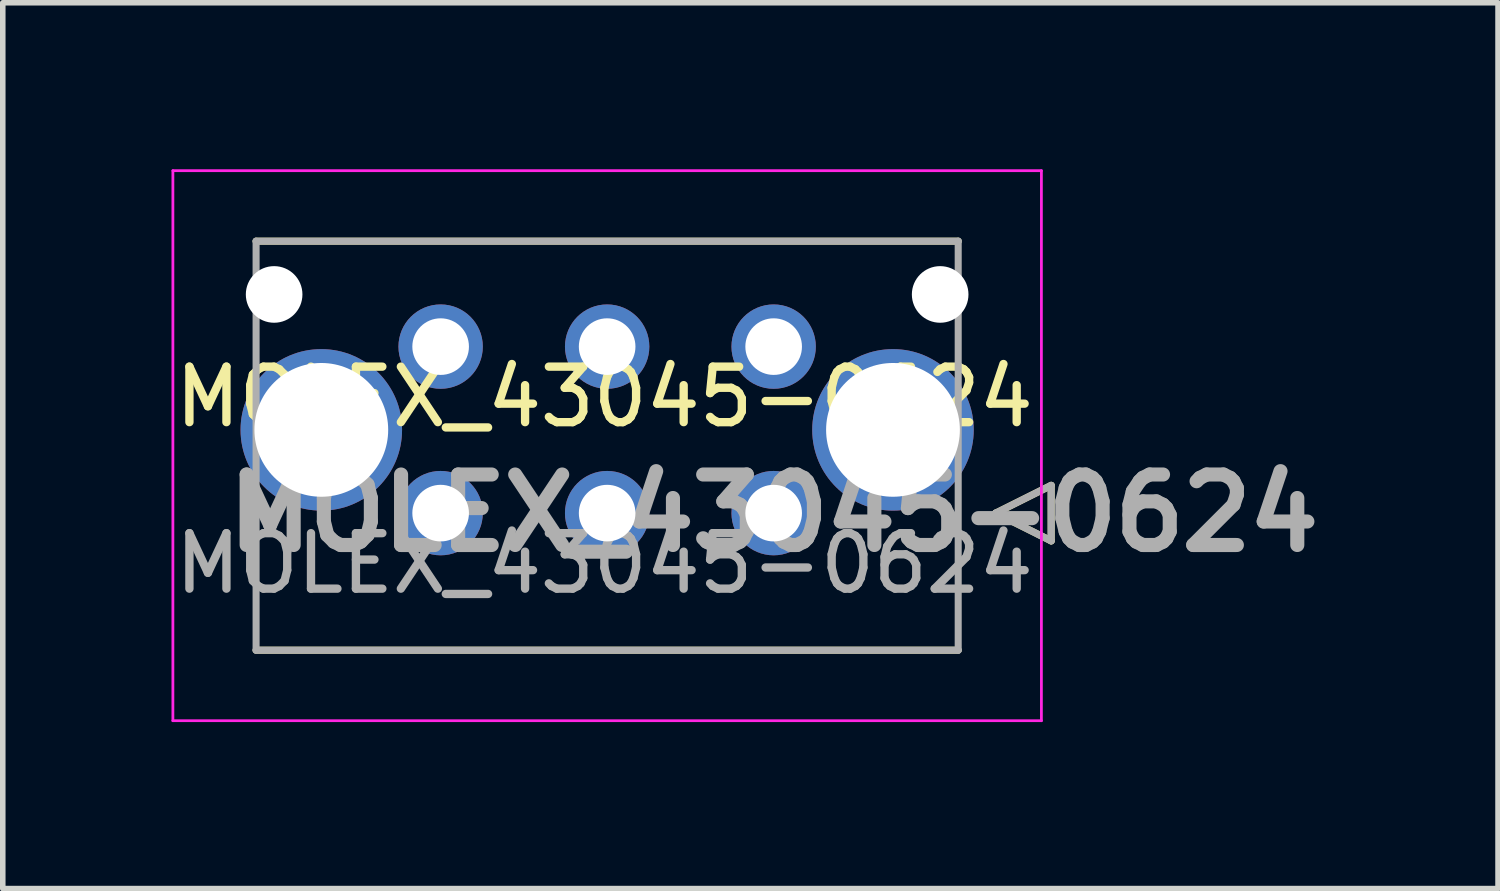
<source format=kicad_pcb>
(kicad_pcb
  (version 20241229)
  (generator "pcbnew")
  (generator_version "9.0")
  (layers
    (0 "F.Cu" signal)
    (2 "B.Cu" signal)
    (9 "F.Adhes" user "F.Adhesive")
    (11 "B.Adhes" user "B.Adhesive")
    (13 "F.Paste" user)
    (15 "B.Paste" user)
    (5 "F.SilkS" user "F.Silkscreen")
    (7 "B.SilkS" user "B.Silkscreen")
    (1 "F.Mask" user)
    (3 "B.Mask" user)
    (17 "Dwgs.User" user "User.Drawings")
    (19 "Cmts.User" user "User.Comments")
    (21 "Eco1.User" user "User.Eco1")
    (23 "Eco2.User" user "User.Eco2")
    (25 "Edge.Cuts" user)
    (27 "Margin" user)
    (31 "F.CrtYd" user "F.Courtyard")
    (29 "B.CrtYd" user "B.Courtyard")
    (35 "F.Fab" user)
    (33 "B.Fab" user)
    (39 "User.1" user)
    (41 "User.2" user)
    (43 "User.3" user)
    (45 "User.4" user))
  (footprint "MOLEX_43045-0624"
    (layer "F.Cu")
    (at 7.889 4.695)
    (property "Reference" "MOLEX_43045-0624" (at -0.05 -0.594 0) (unlocked yes) (layer "F.SilkS") (effects (font (size 1 1) (thickness 0.15))))
    (attr smd)
    (fp_line (start -6.325 -3.4) (end 6.325 -3.4) (stroke (width 0.127) (type solid)) (layer "F.SilkS"))
    (fp_line (start 6.325 3.97) (end -6.325 3.97) (stroke (width 0.127) (type solid)) (layer "F.SilkS"))
    (fp_line (start 7 1.5) (end 8 1) (stroke (width 0.127) (type solid)) (layer "F.SilkS"))
    (fp_line (start 8 1) (end 8 2) (stroke (width 0.127) (type solid)) (layer "F.SilkS"))
    (fp_line (start 8 2) (end 7 1.5) (stroke (width 0.127) (type solid)) (layer "F.SilkS"))
    (fp_line (start -7.824 -4.67) (end 7.824 -4.67) (stroke (width 0.05) (type solid)) (layer "F.CrtYd"))
    (fp_line (start -7.824 5.24) (end -7.824 -4.67) (stroke (width 0.05) (type solid)) (layer "F.CrtYd"))
    (fp_line (start 7.824 -4.67) (end 7.824 5.24) (stroke (width 0.05) (type solid)) (layer "F.CrtYd"))
    (fp_line (start 7.824 5.24) (end -7.824 5.24) (stroke (width 0.05) (type solid)) (layer "F.CrtYd"))
    (fp_line (start -6.325 -3.4) (end 6.325 -3.4) (stroke (width 0.127) (type solid)) (layer "F.Fab"))
    (fp_line (start -6.325 3.97) (end -6.325 -3.4) (stroke (width 0.127) (type solid)) (layer "F.Fab"))
    (fp_line (start 6.325 -3.4) (end 6.325 3.97) (stroke (width 0.127) (type solid)) (layer "F.Fab"))
    (fp_line (start 6.325 3.97) (end -6.325 3.97) (stroke (width 0.127) (type solid)) (layer "F.Fab"))
    (fp_line (start 7 1.5) (end 8 1) (stroke (width 0.127) (type solid)) (layer "F.Fab"))
    (fp_line (start 8 1) (end 8 2) (stroke (width 0.127) (type solid)) (layer "F.Fab"))
    (fp_line (start 8 2) (end 7 1.5) (stroke (width 0.127) (type solid)) (layer "F.Fab"))
    (fp_text user "${REFERENCE}" (at 3 1.5 0) (layer "F.Fab") (effects (font (size 1.27 1.27) (thickness 0.254))))
    (fp_text user "${REFERENCE}" (at -0.05 2.406 0) (unlocked yes) (layer "F.Fab") (effects (font (size 1 1) (thickness 0.15))))
    (pad "" np_thru_hole circle (at -6 -2.44) (size 1.02 1.02) (drill 1.02) (layers "*.Cu" "*.Mask"))
    (pad "" np_thru_hole circle (at 6 -2.44) (size 1.02 1.02) (drill 1.02) (layers "*.Cu" "*.Mask"))
    (pad "1" thru_hole circle (at 3 1.5) (size 1.52 1.52) (drill 1.02) (layers "*.Cu" "*.Mask"))
    (pad "2" thru_hole circle (at 0 1.5) (size 1.52 1.52) (drill 1.02) (layers "*.Cu" "*.Mask"))
    (pad "3" thru_hole circle (at -3 1.5) (size 1.52 1.52) (drill 1.02) (layers "*.Cu" "*.Mask"))
    (pad "4" thru_hole circle (at 3 -1.5) (size 1.52 1.52) (drill 1.02) (layers "*.Cu" "*.Mask"))
    (pad "5" thru_hole circle (at 0 -1.5) (size 1.52 1.52) (drill 1.02) (layers "*.Cu" "*.Mask"))
    (pad "6" thru_hole circle (at -3 -1.5) (size 1.52 1.52) (drill 1.02) (layers "*.Cu" "*.Mask"))
    (pad "7" thru_hole circle (at 5.15 0) (size 2.91 2.91) (drill 2.41) (layers "*.Cu" "*.Mask"))
    (pad "8" thru_hole circle (at -5.15 0) (size 2.91 2.91) (drill 2.41) (layers "*.Cu" "*.Mask")))
  (gr_rect
    (start -3 -3)
    (end 23.94 12.96)
    (stroke (width 0.1) (type default))
    (fill no)
    (layer "Edge.Cuts")))
</source>
